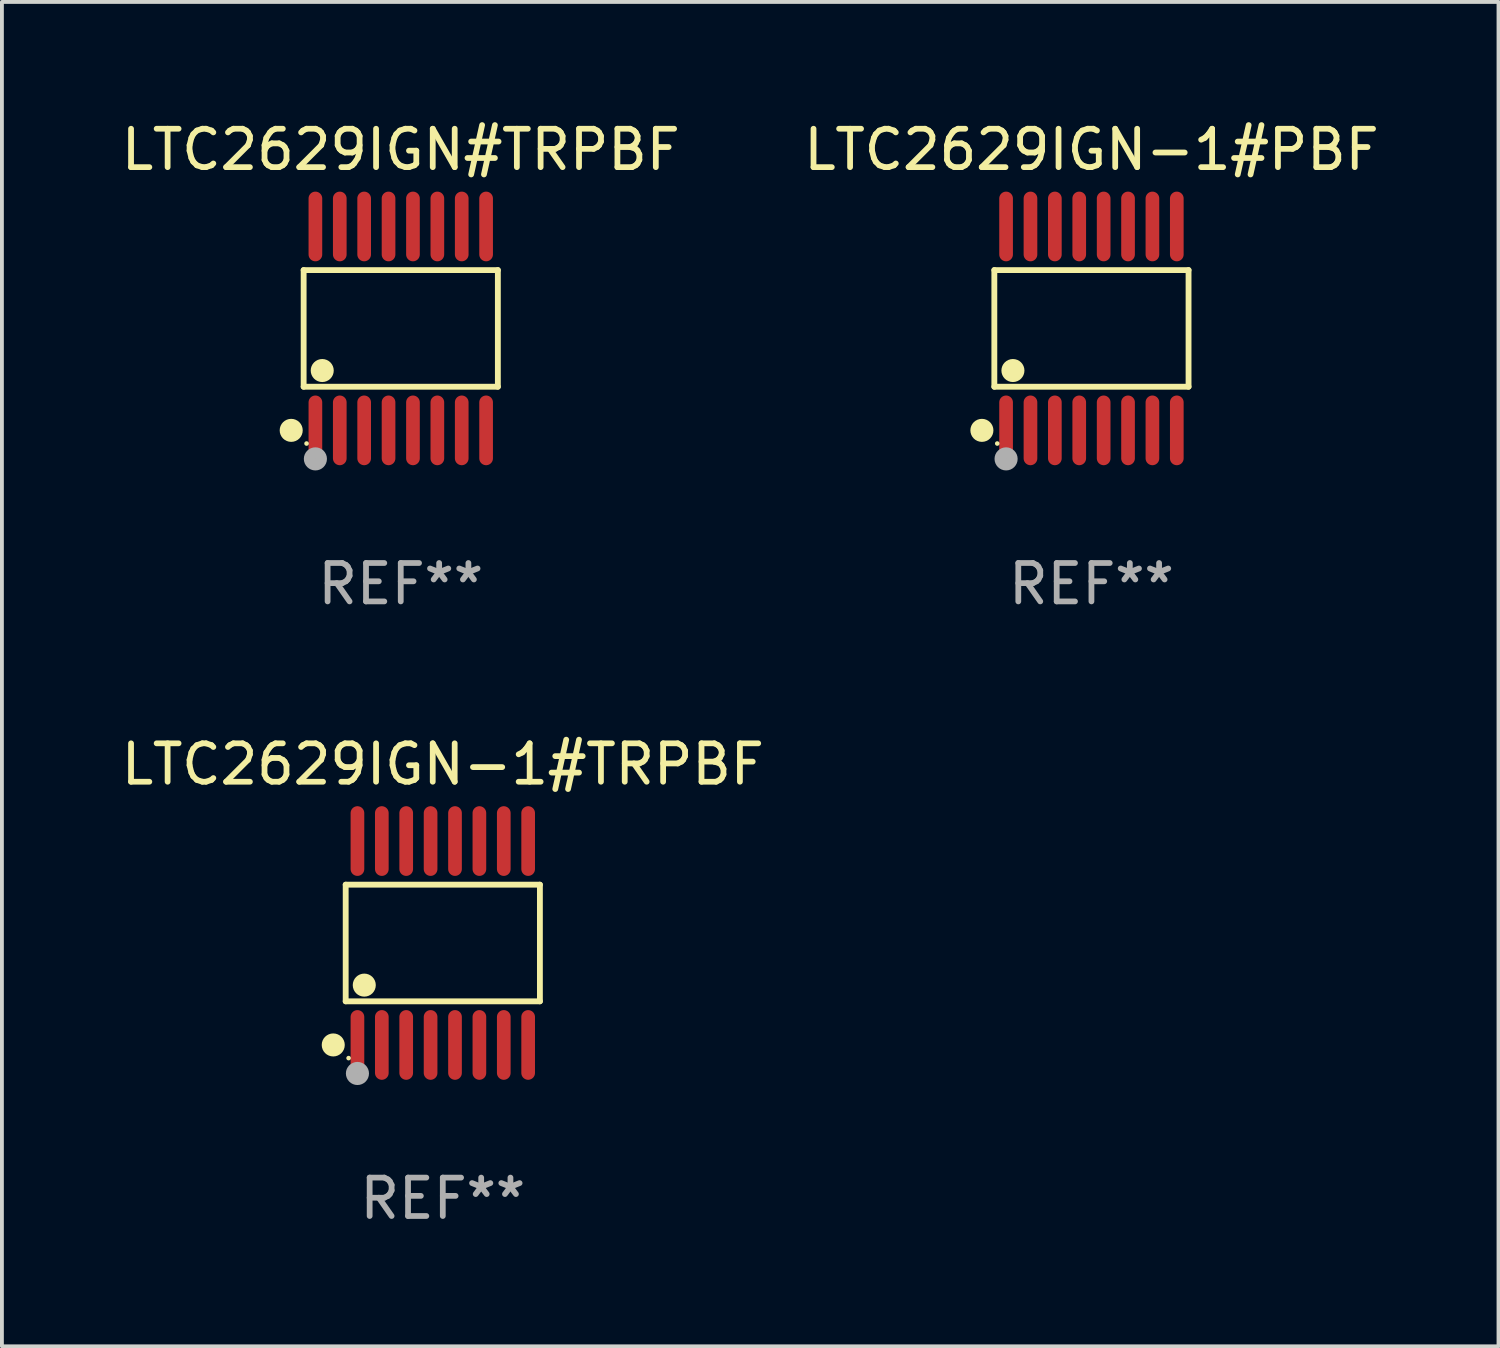
<source format=kicad_pcb>
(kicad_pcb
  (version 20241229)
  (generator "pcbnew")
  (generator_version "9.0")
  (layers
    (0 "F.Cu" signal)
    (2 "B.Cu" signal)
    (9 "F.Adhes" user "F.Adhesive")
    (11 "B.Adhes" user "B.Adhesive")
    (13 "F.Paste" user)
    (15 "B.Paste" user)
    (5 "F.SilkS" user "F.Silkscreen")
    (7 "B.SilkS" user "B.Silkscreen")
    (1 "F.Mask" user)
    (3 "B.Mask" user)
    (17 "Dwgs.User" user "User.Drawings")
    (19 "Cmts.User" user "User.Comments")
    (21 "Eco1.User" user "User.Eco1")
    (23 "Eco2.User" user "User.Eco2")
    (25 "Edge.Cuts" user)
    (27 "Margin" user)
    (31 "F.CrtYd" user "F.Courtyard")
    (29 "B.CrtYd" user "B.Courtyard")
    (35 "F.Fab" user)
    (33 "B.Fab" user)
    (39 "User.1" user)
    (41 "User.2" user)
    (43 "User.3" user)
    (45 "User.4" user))
  (footprint "LTC2629IGN-1#PBF"
    (layer "F.Cu")
    (at 25.375 5.503)
    (property "Reference" "LTC2629IGN-1#PBF" (at 0 -4.655 0) (layer "F.SilkS") (effects (font (size 1 1) (thickness 0.15))))
    (attr through_hole)
    (fp_line (start -2.529 -1.519) (end 2.529 -1.519) (stroke (width 0.152) (type solid)) (layer "F.SilkS"))
    (fp_line (start -2.529 1.519) (end -2.529 -1.519) (stroke (width 0.152) (type solid)) (layer "F.SilkS"))
    (fp_line (start 2.529 -1.519) (end 2.529 1.519) (stroke (width 0.152) (type solid)) (layer "F.SilkS"))
    (fp_line (start 2.529 1.519) (end -2.529 1.519) (stroke (width 0.152) (type solid)) (layer "F.SilkS"))
    (fp_circle (center -2.853 2.655) (end -2.703 2.655) (stroke (width 0.3) (type solid)) (fill no) (layer "F.SilkS"))
    (fp_circle (center -2.453 2.998) (end -2.423 2.998) (stroke (width 0.06) (type solid)) (fill no) (layer "F.SilkS"))
    (fp_circle (center -2.045 1.097) (end -1.895 1.097) (stroke (width 0.3) (type solid)) (fill no) (layer "F.SilkS"))
    (fp_circle (center -2.223 3.398) (end -2.072 3.398) (stroke (width 0.3) (type solid)) (fill no) (layer "F.Fab"))
    (fp_text user "REF**" (at 0 6.655 0) (layer "F.Fab") (effects (font (size 1 1) (thickness 0.15))))
    (pad "1" smd oval (at -2.223 2.655) (size 0.356 1.815) (layers "F.Cu" "F.Mask" "F.Paste"))
    (pad "2" smd oval (at -1.588 2.655) (size 0.356 1.815) (layers "F.Cu" "F.Mask" "F.Paste"))
    (pad "3" smd oval (at -0.953 2.655) (size 0.356 1.815) (layers "F.Cu" "F.Mask" "F.Paste"))
    (pad "4" smd oval (at -0.318 2.655) (size 0.356 1.815) (layers "F.Cu" "F.Mask" "F.Paste"))
    (pad "5" smd oval (at 0.318 2.655) (size 0.356 1.815) (layers "F.Cu" "F.Mask" "F.Paste"))
    (pad "6" smd oval (at 0.953 2.655) (size 0.356 1.815) (layers "F.Cu" "F.Mask" "F.Paste"))
    (pad "7" smd oval (at 1.588 2.655) (size 0.356 1.815) (layers "F.Cu" "F.Mask" "F.Paste"))
    (pad "8" smd oval (at 2.223 2.655) (size 0.356 1.815) (layers "F.Cu" "F.Mask" "F.Paste"))
    (pad "9" smd oval (at 2.223 -2.655) (size 0.356 1.815) (layers "F.Cu" "F.Mask" "F.Paste"))
    (pad "10" smd oval (at 1.588 -2.655) (size 0.356 1.815) (layers "F.Cu" "F.Mask" "F.Paste"))
    (pad "11" smd oval (at 0.953 -2.655) (size 0.356 1.815) (layers "F.Cu" "F.Mask" "F.Paste"))
    (pad "12" smd oval (at 0.318 -2.655) (size 0.356 1.815) (layers "F.Cu" "F.Mask" "F.Paste"))
    (pad "13" smd oval (at -0.318 -2.655) (size 0.356 1.815) (layers "F.Cu" "F.Mask" "F.Paste"))
    (pad "14" smd oval (at -0.953 -2.655) (size 0.356 1.815) (layers "F.Cu" "F.Mask" "F.Paste"))
    (pad "15" smd oval (at -1.588 -2.655) (size 0.356 1.815) (layers "F.Cu" "F.Mask" "F.Paste"))
    (pad "16" smd oval (at -2.223 -2.655) (size 0.356 1.815) (layers "F.Cu" "F.Mask" "F.Paste")))
  (footprint "LTC2629IGN#TRPBF"
    (layer "F.Cu")
    (at 7.387 5.503)
    (property "Reference" "LTC2629IGN#TRPBF" (at 0 -4.655 0) (layer "F.SilkS") (effects (font (size 1 1) (thickness 0.15))))
    (attr through_hole)
    (fp_line (start -2.529 -1.519) (end 2.529 -1.519) (stroke (width 0.152) (type solid)) (layer "F.SilkS"))
    (fp_line (start -2.529 1.519) (end -2.529 -1.519) (stroke (width 0.152) (type solid)) (layer "F.SilkS"))
    (fp_line (start 2.529 -1.519) (end 2.529 1.519) (stroke (width 0.152) (type solid)) (layer "F.SilkS"))
    (fp_line (start 2.529 1.519) (end -2.529 1.519) (stroke (width 0.152) (type solid)) (layer "F.SilkS"))
    (fp_circle (center -2.853 2.655) (end -2.703 2.655) (stroke (width 0.3) (type solid)) (fill no) (layer "F.SilkS"))
    (fp_circle (center -2.453 2.998) (end -2.423 2.998) (stroke (width 0.06) (type solid)) (fill no) (layer "F.SilkS"))
    (fp_circle (center -2.045 1.097) (end -1.895 1.097) (stroke (width 0.3) (type solid)) (fill no) (layer "F.SilkS"))
    (fp_circle (center -2.223 3.398) (end -2.072 3.398) (stroke (width 0.3) (type solid)) (fill no) (layer "F.Fab"))
    (fp_text user "REF**" (at 0 6.655 0) (layer "F.Fab") (effects (font (size 1 1) (thickness 0.15))))
    (pad "1" smd oval (at -2.223 2.655) (size 0.356 1.815) (layers "F.Cu" "F.Mask" "F.Paste"))
    (pad "2" smd oval (at -1.588 2.655) (size 0.356 1.815) (layers "F.Cu" "F.Mask" "F.Paste"))
    (pad "3" smd oval (at -0.953 2.655) (size 0.356 1.815) (layers "F.Cu" "F.Mask" "F.Paste"))
    (pad "4" smd oval (at -0.318 2.655) (size 0.356 1.815) (layers "F.Cu" "F.Mask" "F.Paste"))
    (pad "5" smd oval (at 0.318 2.655) (size 0.356 1.815) (layers "F.Cu" "F.Mask" "F.Paste"))
    (pad "6" smd oval (at 0.953 2.655) (size 0.356 1.815) (layers "F.Cu" "F.Mask" "F.Paste"))
    (pad "7" smd oval (at 1.588 2.655) (size 0.356 1.815) (layers "F.Cu" "F.Mask" "F.Paste"))
    (pad "8" smd oval (at 2.223 2.655) (size 0.356 1.815) (layers "F.Cu" "F.Mask" "F.Paste"))
    (pad "9" smd oval (at 2.223 -2.655) (size 0.356 1.815) (layers "F.Cu" "F.Mask" "F.Paste"))
    (pad "10" smd oval (at 1.588 -2.655) (size 0.356 1.815) (layers "F.Cu" "F.Mask" "F.Paste"))
    (pad "11" smd oval (at 0.953 -2.655) (size 0.356 1.815) (layers "F.Cu" "F.Mask" "F.Paste"))
    (pad "12" smd oval (at 0.318 -2.655) (size 0.356 1.815) (layers "F.Cu" "F.Mask" "F.Paste"))
    (pad "13" smd oval (at -0.318 -2.655) (size 0.356 1.815) (layers "F.Cu" "F.Mask" "F.Paste"))
    (pad "14" smd oval (at -0.953 -2.655) (size 0.356 1.815) (layers "F.Cu" "F.Mask" "F.Paste"))
    (pad "15" smd oval (at -1.588 -2.655) (size 0.356 1.815) (layers "F.Cu" "F.Mask" "F.Paste"))
    (pad "16" smd oval (at -2.223 -2.655) (size 0.356 1.815) (layers "F.Cu" "F.Mask" "F.Paste")))
  (footprint "LTC2629IGN-1#TRPBF"
    (layer "F.Cu")
    (at 8.482 21.509)
    (property "Reference" "LTC2629IGN-1#TRPBF" (at 0 -4.655 0) (layer "F.SilkS") (effects (font (size 1 1) (thickness 0.15))))
    (attr through_hole)
    (fp_line (start -2.529 -1.519) (end 2.529 -1.519) (stroke (width 0.152) (type solid)) (layer "F.SilkS"))
    (fp_line (start -2.529 1.519) (end -2.529 -1.519) (stroke (width 0.152) (type solid)) (layer "F.SilkS"))
    (fp_line (start 2.529 -1.519) (end 2.529 1.519) (stroke (width 0.152) (type solid)) (layer "F.SilkS"))
    (fp_line (start 2.529 1.519) (end -2.529 1.519) (stroke (width 0.152) (type solid)) (layer "F.SilkS"))
    (fp_circle (center -2.853 2.655) (end -2.703 2.655) (stroke (width 0.3) (type solid)) (fill no) (layer "F.SilkS"))
    (fp_circle (center -2.453 2.998) (end -2.423 2.998) (stroke (width 0.06) (type solid)) (fill no) (layer "F.SilkS"))
    (fp_circle (center -2.045 1.097) (end -1.895 1.097) (stroke (width 0.3) (type solid)) (fill no) (layer "F.SilkS"))
    (fp_circle (center -2.223 3.398) (end -2.072 3.398) (stroke (width 0.3) (type solid)) (fill no) (layer "F.Fab"))
    (fp_text user "REF**" (at 0 6.655 0) (layer "F.Fab") (effects (font (size 1 1) (thickness 0.15))))
    (pad "1" smd oval (at -2.223 2.655) (size 0.356 1.815) (layers "F.Cu" "F.Mask" "F.Paste"))
    (pad "2" smd oval (at -1.588 2.655) (size 0.356 1.815) (layers "F.Cu" "F.Mask" "F.Paste"))
    (pad "3" smd oval (at -0.953 2.655) (size 0.356 1.815) (layers "F.Cu" "F.Mask" "F.Paste"))
    (pad "4" smd oval (at -0.318 2.655) (size 0.356 1.815) (layers "F.Cu" "F.Mask" "F.Paste"))
    (pad "5" smd oval (at 0.318 2.655) (size 0.356 1.815) (layers "F.Cu" "F.Mask" "F.Paste"))
    (pad "6" smd oval (at 0.953 2.655) (size 0.356 1.815) (layers "F.Cu" "F.Mask" "F.Paste"))
    (pad "7" smd oval (at 1.588 2.655) (size 0.356 1.815) (layers "F.Cu" "F.Mask" "F.Paste"))
    (pad "8" smd oval (at 2.223 2.655) (size 0.356 1.815) (layers "F.Cu" "F.Mask" "F.Paste"))
    (pad "9" smd oval (at 2.223 -2.655) (size 0.356 1.815) (layers "F.Cu" "F.Mask" "F.Paste"))
    (pad "10" smd oval (at 1.588 -2.655) (size 0.356 1.815) (layers "F.Cu" "F.Mask" "F.Paste"))
    (pad "11" smd oval (at 0.953 -2.655) (size 0.356 1.815) (layers "F.Cu" "F.Mask" "F.Paste"))
    (pad "12" smd oval (at 0.318 -2.655) (size 0.356 1.815) (layers "F.Cu" "F.Mask" "F.Paste"))
    (pad "13" smd oval (at -0.318 -2.655) (size 0.356 1.815) (layers "F.Cu" "F.Mask" "F.Paste"))
    (pad "14" smd oval (at -0.953 -2.655) (size 0.356 1.815) (layers "F.Cu" "F.Mask" "F.Paste"))
    (pad "15" smd oval (at -1.588 -2.655) (size 0.356 1.815) (layers "F.Cu" "F.Mask" "F.Paste"))
    (pad "16" smd oval (at -2.223 -2.655) (size 0.356 1.815) (layers "F.Cu" "F.Mask" "F.Paste")))
  (gr_rect
    (start -3 -3)
    (end 35.976 32.012)
    (stroke (width 0.1) (type default))
    (fill no)
    (layer "Edge.Cuts")))
</source>
